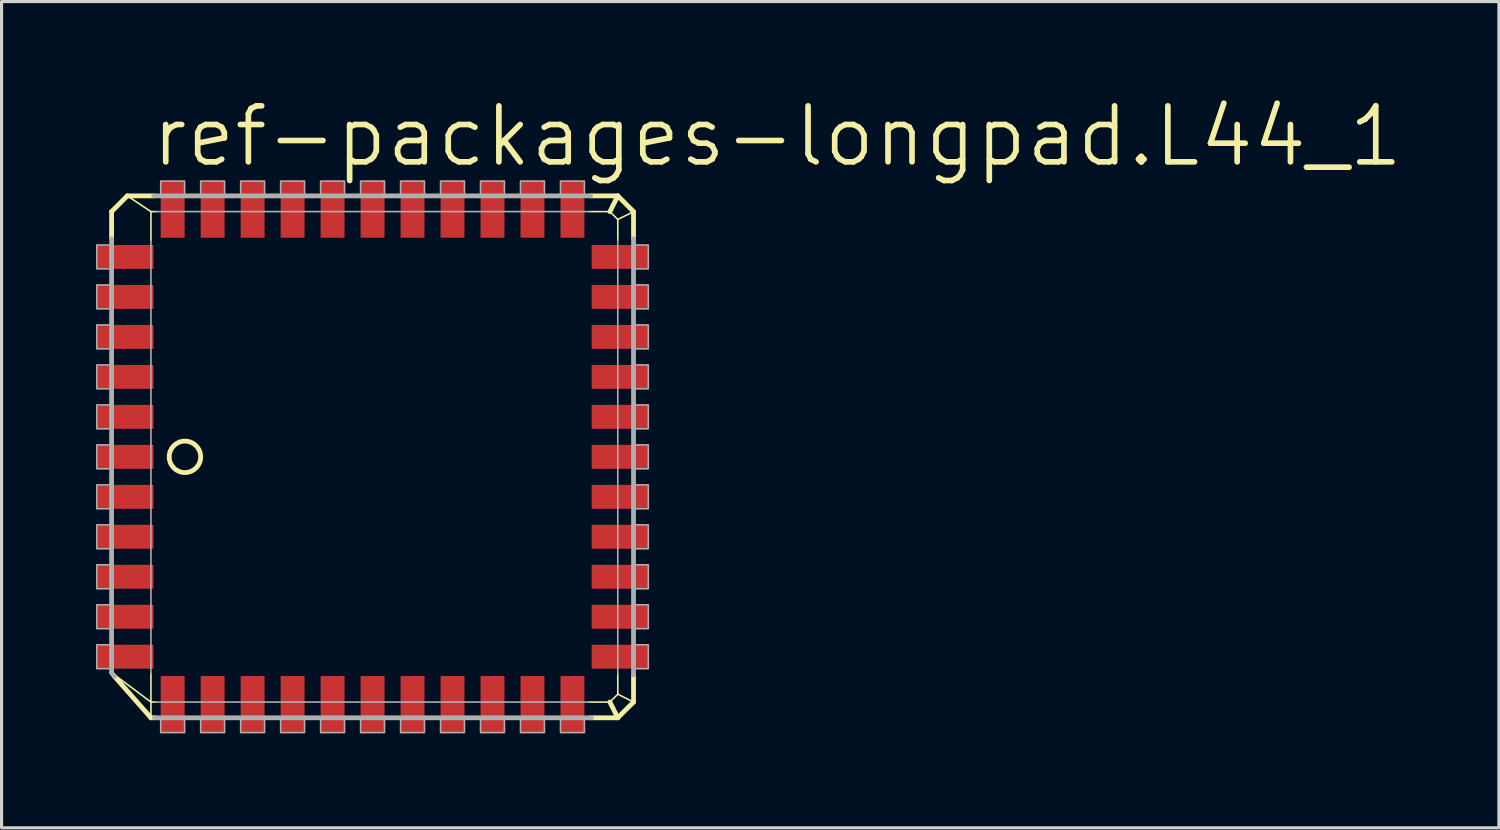
<source format=kicad_pcb>
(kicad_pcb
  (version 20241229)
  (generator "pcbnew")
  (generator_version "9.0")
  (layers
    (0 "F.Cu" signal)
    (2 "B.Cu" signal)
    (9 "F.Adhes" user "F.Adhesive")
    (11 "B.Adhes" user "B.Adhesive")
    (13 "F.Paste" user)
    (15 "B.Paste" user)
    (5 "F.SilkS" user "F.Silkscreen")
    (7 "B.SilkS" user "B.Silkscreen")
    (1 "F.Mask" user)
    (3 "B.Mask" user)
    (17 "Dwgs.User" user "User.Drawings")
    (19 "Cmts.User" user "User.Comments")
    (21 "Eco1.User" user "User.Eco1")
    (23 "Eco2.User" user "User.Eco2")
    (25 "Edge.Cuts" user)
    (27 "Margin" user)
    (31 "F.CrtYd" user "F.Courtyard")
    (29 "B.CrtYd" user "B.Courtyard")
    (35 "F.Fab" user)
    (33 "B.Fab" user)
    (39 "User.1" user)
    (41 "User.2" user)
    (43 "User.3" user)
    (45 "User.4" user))
  (footprint "ref-packages-longpad.L44_1"
    (layer "F.Cu")
    (at 8.785 11.462)
    (property "Reference" "ref-packages-longpad.L44_1" (at -7.112 -9.144 0) (layer "F.SilkS") (effects (font (size 1.778 1.778) (thickness 0.18)) (justify left bottom)))
    (attr smd)
    (fp_line (start -8.29 -7.79) (end -7.79 -8.29) (stroke (width 0.152) (type default)) (layer "F.SilkS"))
    (fp_line (start -8.29 -6.941) (end -8.29 -7.79) (stroke (width 0.152) (type default)) (layer "F.SilkS"))
    (fp_line (start -7.79 -8.29) (end -7.04 -7.79) (stroke (width 0.051) (type default)) (layer "F.SilkS"))
    (fp_line (start -7.79 -8.29) (end -6.941 -8.29) (stroke (width 0.152) (type default)) (layer "F.SilkS"))
    (fp_line (start -7.04 -7.79) (end -6.876 -7.79) (stroke (width 0.051) (type default)) (layer "F.SilkS"))
    (fp_line (start -7.04 -6.876) (end -7.04 -7.79) (stroke (width 0.051) (type default)) (layer "F.SilkS"))
    (fp_line (start -7.04 7.79) (end -8.204 6.922) (stroke (width 0.051) (type default)) (layer "F.SilkS"))
    (fp_line (start -7.04 7.79) (end -7.04 6.891) (stroke (width 0.051) (type default)) (layer "F.SilkS"))
    (fp_line (start -7.04 8.29) (end -8.2 6.975) (stroke (width 0.152) (type default)) (layer "F.SilkS"))
    (fp_line (start -7.04 8.29) (end -7.04 7.79) (stroke (width 0.051) (type default)) (layer "F.SilkS"))
    (fp_line (start -6.941 8.29) (end -7.04 8.29) (stroke (width 0.152) (type default)) (layer "F.SilkS"))
    (fp_line (start -6.901 7.79) (end -7.04 7.79) (stroke (width 0.051) (type default)) (layer "F.SilkS"))
    (fp_line (start 6.901 -7.79) (end 7.54 -7.79) (stroke (width 0.051) (type default)) (layer "F.SilkS"))
    (fp_line (start 6.941 -8.29) (end 7.79 -8.29) (stroke (width 0.152) (type default)) (layer "F.SilkS"))
    (fp_line (start 7.54 -7.79) (end 7.79 -8.29) (stroke (width 0.152) (type default)) (layer "F.SilkS"))
    (fp_line (start 7.54 -7.79) (end 7.79 -7.54) (stroke (width 0.051) (type default)) (layer "F.SilkS"))
    (fp_line (start 7.54 7.79) (end 6.876 7.79) (stroke (width 0.051) (type default)) (layer "F.SilkS"))
    (fp_line (start 7.79 -8.29) (end 8.29 -7.79) (stroke (width 0.152) (type default)) (layer "F.SilkS"))
    (fp_line (start 7.79 -7.54) (end 7.79 -6.876) (stroke (width 0.051) (type default)) (layer "F.SilkS"))
    (fp_line (start 7.79 -7.54) (end 8.29 -7.79) (stroke (width 0.051) (type default)) (layer "F.SilkS"))
    (fp_line (start 7.79 6.901) (end 7.79 7.54) (stroke (width 0.051) (type default)) (layer "F.SilkS"))
    (fp_line (start 7.79 7.54) (end 7.54 7.79) (stroke (width 0.051) (type default)) (layer "F.SilkS"))
    (fp_line (start 7.79 8.29) (end 6.941 8.29) (stroke (width 0.152) (type default)) (layer "F.SilkS"))
    (fp_line (start 7.79 8.29) (end 7.54 7.79) (stroke (width 0.152) (type default)) (layer "F.SilkS"))
    (fp_line (start 8.29 -7.79) (end 8.29 -6.941) (stroke (width 0.152) (type default)) (layer "F.SilkS"))
    (fp_line (start 8.29 6.941) (end 8.29 7.79) (stroke (width 0.152) (type default)) (layer "F.SilkS"))
    (fp_line (start 8.29 7.79) (end 7.79 7.54) (stroke (width 0.051) (type default)) (layer "F.SilkS"))
    (fp_line (start 8.29 7.79) (end 7.79 8.29) (stroke (width 0.152) (type default)) (layer "F.SilkS"))
    (fp_circle (center -5.96 0) (end -5.46 0) (stroke (width 0.152) (type default)) (fill no) (layer "F.SilkS"))
    (fp_line (start -8.29 6.857) (end -8.29 -6.926) (stroke (width 0.152) (type default)) (layer "F.Fab"))
    (fp_line (start -8.2 6.975) (end -8.29 6.861) (stroke (width 0.152) (type default)) (layer "F.Fab"))
    (fp_line (start -7.04 6.915) (end -7.04 -6.875) (stroke (width 0.051) (type default)) (layer "F.Fab"))
    (fp_line (start -6.951 -8.29) (end 6.926 -8.29) (stroke (width 0.152) (type default)) (layer "F.Fab"))
    (fp_line (start -6.883 -7.79) (end 6.905 -7.79) (stroke (width 0.051) (type default)) (layer "F.Fab"))
    (fp_line (start 6.905 7.79) (end -6.908 7.79) (stroke (width 0.051) (type default)) (layer "F.Fab"))
    (fp_line (start 6.951 8.29) (end -6.936 8.29) (stroke (width 0.152) (type default)) (layer "F.Fab"))
    (fp_line (start 7.79 -6.905) (end 7.79 6.905) (stroke (width 0.051) (type default)) (layer "F.Fab"))
    (fp_line (start 8.29 -6.926) (end 8.29 6.926) (stroke (width 0.152) (type default)) (layer "F.Fab"))
    (fp_rect (start -8.76 -5.97) (end -8.29 -6.73) (stroke (width 0.05) (type default)) (fill no) (layer "F.Fab"))
    (fp_rect (start -8.76 -4.7) (end -8.29 -5.46) (stroke (width 0.05) (type default)) (fill no) (layer "F.Fab"))
    (fp_rect (start -8.76 -3.43) (end -8.29 -4.19) (stroke (width 0.05) (type default)) (fill no) (layer "F.Fab"))
    (fp_rect (start -8.76 -2.16) (end -8.29 -2.92) (stroke (width 0.05) (type default)) (fill no) (layer "F.Fab"))
    (fp_rect (start -8.76 -0.89) (end -8.29 -1.65) (stroke (width 0.05) (type default)) (fill no) (layer "F.Fab"))
    (fp_rect (start -8.76 0.38) (end -8.29 -0.38) (stroke (width 0.05) (type default)) (fill no) (layer "F.Fab"))
    (fp_rect (start -8.76 1.65) (end -8.29 0.89) (stroke (width 0.05) (type default)) (fill no) (layer "F.Fab"))
    (fp_rect (start -8.76 2.92) (end -8.29 2.16) (stroke (width 0.05) (type default)) (fill no) (layer "F.Fab"))
    (fp_rect (start -8.76 4.19) (end -8.29 3.43) (stroke (width 0.05) (type default)) (fill no) (layer "F.Fab"))
    (fp_rect (start -8.76 5.46) (end -8.29 4.7) (stroke (width 0.05) (type default)) (fill no) (layer "F.Fab"))
    (fp_rect (start -8.76 6.73) (end -8.29 5.97) (stroke (width 0.05) (type default)) (fill no) (layer "F.Fab"))
    (fp_rect (start -6.73 -8.29) (end -5.97 -8.76) (stroke (width 0.05) (type default)) (fill no) (layer "F.Fab"))
    (fp_rect (start -6.73 8.76) (end -5.97 8.29) (stroke (width 0.05) (type default)) (fill no) (layer "F.Fab"))
    (fp_rect (start -5.46 -8.29) (end -4.7 -8.76) (stroke (width 0.05) (type default)) (fill no) (layer "F.Fab"))
    (fp_rect (start -5.46 8.76) (end -4.7 8.29) (stroke (width 0.05) (type default)) (fill no) (layer "F.Fab"))
    (fp_rect (start -4.19 -8.29) (end -3.43 -8.76) (stroke (width 0.05) (type default)) (fill no) (layer "F.Fab"))
    (fp_rect (start -4.19 8.76) (end -3.43 8.29) (stroke (width 0.05) (type default)) (fill no) (layer "F.Fab"))
    (fp_rect (start -2.92 -8.29) (end -2.16 -8.76) (stroke (width 0.05) (type default)) (fill no) (layer "F.Fab"))
    (fp_rect (start -2.92 8.76) (end -2.16 8.29) (stroke (width 0.05) (type default)) (fill no) (layer "F.Fab"))
    (fp_rect (start -1.65 -8.29) (end -0.89 -8.76) (stroke (width 0.05) (type default)) (fill no) (layer "F.Fab"))
    (fp_rect (start -1.65 8.76) (end -0.89 8.29) (stroke (width 0.05) (type default)) (fill no) (layer "F.Fab"))
    (fp_rect (start -0.38 -8.29) (end 0.38 -8.76) (stroke (width 0.05) (type default)) (fill no) (layer "F.Fab"))
    (fp_rect (start -0.38 8.76) (end 0.38 8.29) (stroke (width 0.05) (type default)) (fill no) (layer "F.Fab"))
    (fp_rect (start 0.89 -8.29) (end 1.65 -8.76) (stroke (width 0.05) (type default)) (fill no) (layer "F.Fab"))
    (fp_rect (start 0.89 8.76) (end 1.65 8.29) (stroke (width 0.05) (type default)) (fill no) (layer "F.Fab"))
    (fp_rect (start 2.16 -8.29) (end 2.92 -8.76) (stroke (width 0.05) (type default)) (fill no) (layer "F.Fab"))
    (fp_rect (start 2.16 8.76) (end 2.92 8.29) (stroke (width 0.05) (type default)) (fill no) (layer "F.Fab"))
    (fp_rect (start 3.43 -8.29) (end 4.19 -8.76) (stroke (width 0.05) (type default)) (fill no) (layer "F.Fab"))
    (fp_rect (start 3.43 8.76) (end 4.19 8.29) (stroke (width 0.05) (type default)) (fill no) (layer "F.Fab"))
    (fp_rect (start 4.7 -8.29) (end 5.46 -8.76) (stroke (width 0.05) (type default)) (fill no) (layer "F.Fab"))
    (fp_rect (start 4.7 8.76) (end 5.46 8.29) (stroke (width 0.05) (type default)) (fill no) (layer "F.Fab"))
    (fp_rect (start 5.97 -8.29) (end 6.73 -8.76) (stroke (width 0.05) (type default)) (fill no) (layer "F.Fab"))
    (fp_rect (start 5.97 8.76) (end 6.73 8.29) (stroke (width 0.05) (type default)) (fill no) (layer "F.Fab"))
    (fp_rect (start 8.29 -5.97) (end 8.76 -6.73) (stroke (width 0.05) (type default)) (fill no) (layer "F.Fab"))
    (fp_rect (start 8.29 -4.7) (end 8.76 -5.46) (stroke (width 0.05) (type default)) (fill no) (layer "F.Fab"))
    (fp_rect (start 8.29 -3.43) (end 8.76 -4.19) (stroke (width 0.05) (type default)) (fill no) (layer "F.Fab"))
    (fp_rect (start 8.29 -2.16) (end 8.76 -2.92) (stroke (width 0.05) (type default)) (fill no) (layer "F.Fab"))
    (fp_rect (start 8.29 -0.89) (end 8.76 -1.65) (stroke (width 0.05) (type default)) (fill no) (layer "F.Fab"))
    (fp_rect (start 8.29 0.38) (end 8.76 -0.38) (stroke (width 0.05) (type default)) (fill no) (layer "F.Fab"))
    (fp_rect (start 8.29 1.65) (end 8.76 0.89) (stroke (width 0.05) (type default)) (fill no) (layer "F.Fab"))
    (fp_rect (start 8.29 2.92) (end 8.76 2.16) (stroke (width 0.05) (type default)) (fill no) (layer "F.Fab"))
    (fp_rect (start 8.29 4.19) (end 8.76 3.43) (stroke (width 0.05) (type default)) (fill no) (layer "F.Fab"))
    (fp_rect (start 8.29 5.46) (end 8.76 4.7) (stroke (width 0.05) (type default)) (fill no) (layer "F.Fab"))
    (fp_rect (start 8.29 6.73) (end 8.76 5.97) (stroke (width 0.05) (type default)) (fill no) (layer "F.Fab"))
    (pad "1" smd roundrect (at -7.86 0) (size 1.8 0.76) (layers "F.Cu" "F.Mask" "F.Paste") (roundrect_rratio 0.01))
    (pad "2" smd roundrect (at -7.86 1.27) (size 1.8 0.76) (layers "F.Cu" "F.Mask" "F.Paste") (roundrect_rratio 0.01))
    (pad "3" smd roundrect (at -7.86 2.54) (size 1.8 0.76) (layers "F.Cu" "F.Mask" "F.Paste") (roundrect_rratio 0.01))
    (pad "4" smd roundrect (at -7.86 3.81) (size 1.8 0.76) (layers "F.Cu" "F.Mask" "F.Paste") (roundrect_rratio 0.01))
    (pad "5" smd roundrect (at -7.86 5.08) (size 1.8 0.76) (layers "F.Cu" "F.Mask" "F.Paste") (roundrect_rratio 0.01))
    (pad "6" smd roundrect (at -7.86 6.35) (size 1.8 0.76) (layers "F.Cu" "F.Mask" "F.Paste") (roundrect_rratio 0.01))
    (pad "7" smd roundrect (at -6.35 7.86) (size 0.76 1.8) (layers "F.Cu" "F.Mask" "F.Paste") (roundrect_rratio 0.01))
    (pad "8" smd roundrect (at -5.08 7.86) (size 0.76 1.8) (layers "F.Cu" "F.Mask" "F.Paste") (roundrect_rratio 0.01))
    (pad "9" smd roundrect (at -3.81 7.86) (size 0.76 1.8) (layers "F.Cu" "F.Mask" "F.Paste") (roundrect_rratio 0.01))
    (pad "10" smd roundrect (at -2.54 7.86) (size 0.76 1.8) (layers "F.Cu" "F.Mask" "F.Paste") (roundrect_rratio 0.01))
    (pad "11" smd roundrect (at -1.27 7.86) (size 0.76 1.8) (layers "F.Cu" "F.Mask" "F.Paste") (roundrect_rratio 0.01))
    (pad "12" smd roundrect (at 0 7.86) (size 0.76 1.8) (layers "F.Cu" "F.Mask" "F.Paste") (roundrect_rratio 0.01))
    (pad "13" smd roundrect (at 1.27 7.86) (size 0.76 1.8) (layers "F.Cu" "F.Mask" "F.Paste") (roundrect_rratio 0.01))
    (pad "14" smd roundrect (at 2.54 7.86) (size 0.76 1.8) (layers "F.Cu" "F.Mask" "F.Paste") (roundrect_rratio 0.01))
    (pad "15" smd roundrect (at 3.81 7.86) (size 0.76 1.8) (layers "F.Cu" "F.Mask" "F.Paste") (roundrect_rratio 0.01))
    (pad "16" smd roundrect (at 5.08 7.86) (size 0.76 1.8) (layers "F.Cu" "F.Mask" "F.Paste") (roundrect_rratio 0.01))
    (pad "17" smd roundrect (at 6.35 7.86) (size 0.76 1.8) (layers "F.Cu" "F.Mask" "F.Paste") (roundrect_rratio 0.01))
    (pad "18" smd roundrect (at 7.86 6.35) (size 1.8 0.76) (layers "F.Cu" "F.Mask" "F.Paste") (roundrect_rratio 0.01))
    (pad "19" smd roundrect (at 7.86 5.08) (size 1.8 0.76) (layers "F.Cu" "F.Mask" "F.Paste") (roundrect_rratio 0.01))
    (pad "20" smd roundrect (at 7.86 3.81) (size 1.8 0.76) (layers "F.Cu" "F.Mask" "F.Paste") (roundrect_rratio 0.01))
    (pad "21" smd roundrect (at 7.86 2.54) (size 1.8 0.76) (layers "F.Cu" "F.Mask" "F.Paste") (roundrect_rratio 0.01))
    (pad "22" smd roundrect (at 7.86 1.27) (size 1.8 0.76) (layers "F.Cu" "F.Mask" "F.Paste") (roundrect_rratio 0.01))
    (pad "23" smd roundrect (at 7.86 0) (size 1.8 0.76) (layers "F.Cu" "F.Mask" "F.Paste") (roundrect_rratio 0.01))
    (pad "24" smd roundrect (at 7.86 -1.27) (size 1.8 0.76) (layers "F.Cu" "F.Mask" "F.Paste") (roundrect_rratio 0.01))
    (pad "25" smd roundrect (at 7.86 -2.54) (size 1.8 0.76) (layers "F.Cu" "F.Mask" "F.Paste") (roundrect_rratio 0.01))
    (pad "26" smd roundrect (at 7.86 -3.81) (size 1.8 0.76) (layers "F.Cu" "F.Mask" "F.Paste") (roundrect_rratio 0.01))
    (pad "27" smd roundrect (at 7.86 -5.08) (size 1.8 0.76) (layers "F.Cu" "F.Mask" "F.Paste") (roundrect_rratio 0.01))
    (pad "28" smd roundrect (at 7.86 -6.35) (size 1.8 0.76) (layers "F.Cu" "F.Mask" "F.Paste") (roundrect_rratio 0.01))
    (pad "29" smd roundrect (at 6.35 -7.86) (size 0.76 1.8) (layers "F.Cu" "F.Mask" "F.Paste") (roundrect_rratio 0.01))
    (pad "30" smd roundrect (at 5.08 -7.86) (size 0.76 1.8) (layers "F.Cu" "F.Mask" "F.Paste") (roundrect_rratio 0.01))
    (pad "31" smd roundrect (at 3.81 -7.86) (size 0.76 1.8) (layers "F.Cu" "F.Mask" "F.Paste") (roundrect_rratio 0.01))
    (pad "32" smd roundrect (at 2.54 -7.86) (size 0.76 1.8) (layers "F.Cu" "F.Mask" "F.Paste") (roundrect_rratio 0.01))
    (pad "33" smd roundrect (at 1.27 -7.86) (size 0.76 1.8) (layers "F.Cu" "F.Mask" "F.Paste") (roundrect_rratio 0.01))
    (pad "34" smd roundrect (at 0 -7.86) (size 0.76 1.8) (layers "F.Cu" "F.Mask" "F.Paste") (roundrect_rratio 0.01))
    (pad "35" smd roundrect (at -1.27 -7.86) (size 0.76 1.8) (layers "F.Cu" "F.Mask" "F.Paste") (roundrect_rratio 0.01))
    (pad "36" smd roundrect (at -2.54 -7.86) (size 0.76 1.8) (layers "F.Cu" "F.Mask" "F.Paste") (roundrect_rratio 0.01))
    (pad "37" smd roundrect (at -3.81 -7.86) (size 0.76 1.8) (layers "F.Cu" "F.Mask" "F.Paste") (roundrect_rratio 0.01))
    (pad "38" smd roundrect (at -5.08 -7.86) (size 0.76 1.8) (layers "F.Cu" "F.Mask" "F.Paste") (roundrect_rratio 0.01))
    (pad "39" smd roundrect (at -6.35 -7.86) (size 0.76 1.8) (layers "F.Cu" "F.Mask" "F.Paste") (roundrect_rratio 0.01))
    (pad "40" smd roundrect (at -7.86 -6.35) (size 1.8 0.76) (layers "F.Cu" "F.Mask" "F.Paste") (roundrect_rratio 0.01))
    (pad "41" smd roundrect (at -7.86 -5.08) (size 1.8 0.76) (layers "F.Cu" "F.Mask" "F.Paste") (roundrect_rratio 0.01))
    (pad "42" smd roundrect (at -7.86 -3.81) (size 1.8 0.76) (layers "F.Cu" "F.Mask" "F.Paste") (roundrect_rratio 0.01))
    (pad "43" smd roundrect (at -7.86 -2.54) (size 1.8 0.76) (layers "F.Cu" "F.Mask" "F.Paste") (roundrect_rratio 0.01))
    (pad "44" smd roundrect (at -7.86 -1.27) (size 1.8 0.76) (layers "F.Cu" "F.Mask" "F.Paste") (roundrect_rratio 0.01)))
  (gr_rect
    (start -3 -3)
    (end 44.566 23.247)
    (stroke (width 0.1) (type default))
    (fill no)
    (layer "Edge.Cuts")))
</source>
